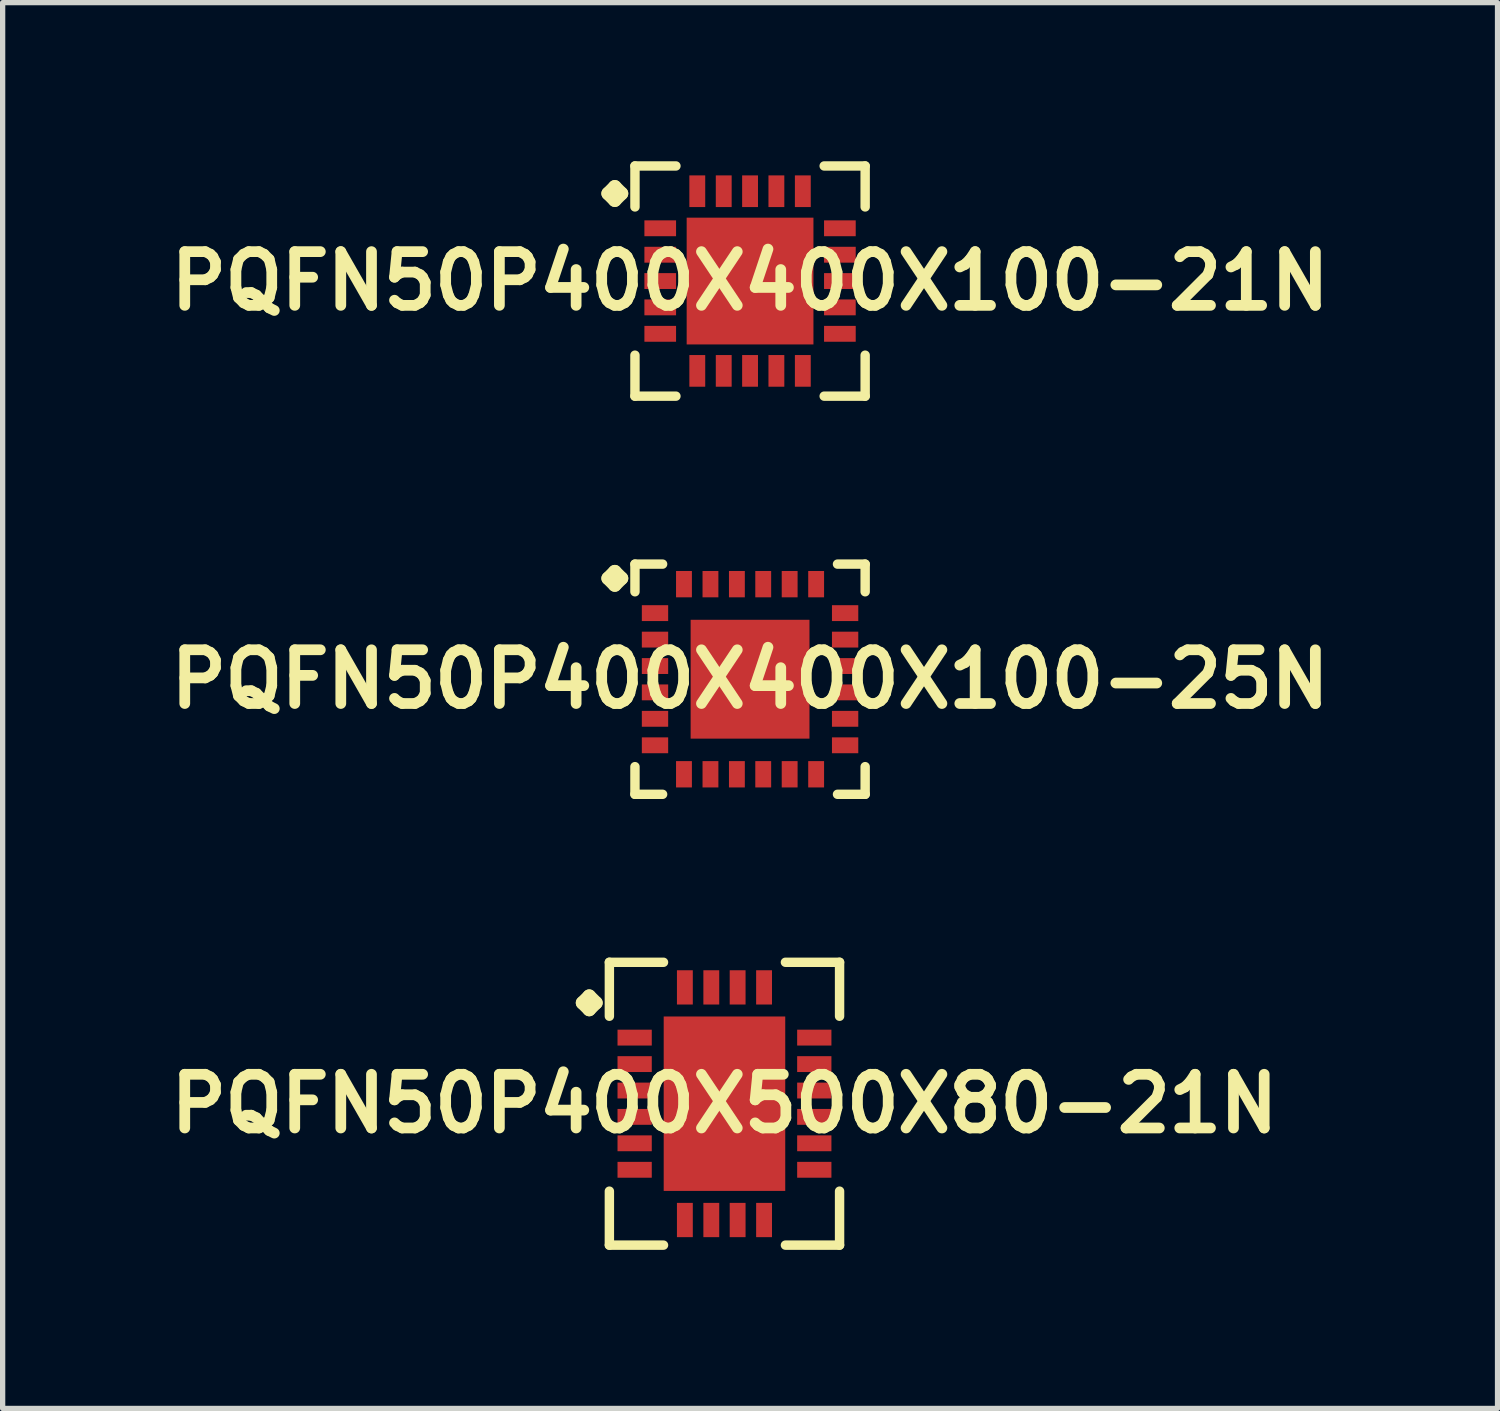
<source format=kicad_pcb>
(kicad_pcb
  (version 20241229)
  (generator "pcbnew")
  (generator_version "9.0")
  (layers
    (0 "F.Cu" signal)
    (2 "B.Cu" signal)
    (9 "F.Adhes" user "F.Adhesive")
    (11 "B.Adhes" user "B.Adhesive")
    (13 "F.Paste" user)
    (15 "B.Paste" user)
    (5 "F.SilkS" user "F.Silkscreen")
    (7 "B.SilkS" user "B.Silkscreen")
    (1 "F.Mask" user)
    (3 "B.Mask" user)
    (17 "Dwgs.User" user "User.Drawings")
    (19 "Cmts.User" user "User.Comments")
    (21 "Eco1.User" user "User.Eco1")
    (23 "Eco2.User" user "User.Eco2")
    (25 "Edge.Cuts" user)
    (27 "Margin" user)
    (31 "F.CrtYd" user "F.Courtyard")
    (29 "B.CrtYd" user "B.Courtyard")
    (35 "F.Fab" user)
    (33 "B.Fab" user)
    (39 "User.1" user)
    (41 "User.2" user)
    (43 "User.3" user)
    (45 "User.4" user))
  (footprint "PQFN50P400X400X100-21N"
    (layer "F.Cu")
    (at 11.137 2.266)
    (property "Reference" "PQFN50P400X400X100-21N" (at 0 0 0) (layer "F.SilkS") (effects (font (size 1.016 1.016) (thickness 0.203))))
    (attr smd)
    (fp_line (start -2.685 -1.656) (end -2.558 -1.783) (stroke (width 0.254) (type solid)) (layer "F.SilkS"))
    (fp_line (start -2.558 -1.783) (end -2.431 -1.656) (stroke (width 0.254) (type solid)) (layer "F.SilkS"))
    (fp_line (start -2.558 -1.529) (end -2.685 -1.656) (stroke (width 0.254) (type solid)) (layer "F.SilkS"))
    (fp_line (start -2.431 -1.656) (end -2.558 -1.529) (stroke (width 0.254) (type solid)) (layer "F.SilkS"))
    (fp_line (start -2.177 -2.177) (end -1.402 -2.177) (stroke (width 0.178) (type solid)) (layer "F.SilkS"))
    (fp_line (start -2.177 -1.402) (end -2.177 -2.177) (stroke (width 0.178) (type solid)) (layer "F.SilkS"))
    (fp_line (start -2.177 1.402) (end -2.177 2.177) (stroke (width 0.178) (type solid)) (layer "F.SilkS"))
    (fp_line (start -2.177 2.177) (end -1.402 2.177) (stroke (width 0.178) (type solid)) (layer "F.SilkS"))
    (fp_line (start 1.402 -2.177) (end 2.177 -2.177) (stroke (width 0.178) (type solid)) (layer "F.SilkS"))
    (fp_line (start 1.402 2.177) (end 2.177 2.177) (stroke (width 0.178) (type solid)) (layer "F.SilkS"))
    (fp_line (start 2.177 -2.177) (end 2.177 -1.402) (stroke (width 0.178) (type solid)) (layer "F.SilkS"))
    (fp_line (start 2.177 2.177) (end 2.177 1.402) (stroke (width 0.178) (type solid)) (layer "F.SilkS"))
    (pad "1" smd rect (at -1.699 -0.998) (size 0.599 0.3) (layers "F.Cu" "F.Mask" "F.Paste"))
    (pad "2" smd rect (at -1.699 -0.498) (size 0.599 0.3) (layers "F.Cu" "F.Mask" "F.Paste"))
    (pad "3" smd rect (at -1.699 0) (size 0.599 0.3) (layers "F.Cu" "F.Mask" "F.Paste"))
    (pad "4" smd rect (at -1.699 0.498) (size 0.599 0.3) (layers "F.Cu" "F.Mask" "F.Paste"))
    (pad "5" smd rect (at -1.699 0.998) (size 0.599 0.3) (layers "F.Cu" "F.Mask" "F.Paste"))
    (pad "6" smd rect (at -0.998 1.699) (size 0.3 0.599) (layers "F.Cu" "F.Mask" "F.Paste"))
    (pad "7" smd rect (at -0.498 1.699) (size 0.3 0.599) (layers "F.Cu" "F.Mask" "F.Paste"))
    (pad "8" smd rect (at 0 1.699) (size 0.3 0.599) (layers "F.Cu" "F.Mask" "F.Paste"))
    (pad "9" smd rect (at 0.498 1.699) (size 0.3 0.599) (layers "F.Cu" "F.Mask" "F.Paste"))
    (pad "10" smd rect (at 0.998 1.699) (size 0.3 0.599) (layers "F.Cu" "F.Mask" "F.Paste"))
    (pad "11" smd rect (at 1.699 0.998) (size 0.599 0.3) (layers "F.Cu" "F.Mask" "F.Paste"))
    (pad "12" smd rect (at 1.699 0.498) (size 0.599 0.3) (layers "F.Cu" "F.Mask" "F.Paste"))
    (pad "13" smd rect (at 1.699 0) (size 0.599 0.3) (layers "F.Cu" "F.Mask" "F.Paste"))
    (pad "14" smd rect (at 1.699 -0.498) (size 0.599 0.3) (layers "F.Cu" "F.Mask" "F.Paste"))
    (pad "15" smd rect (at 1.699 -0.998) (size 0.599 0.3) (layers "F.Cu" "F.Mask" "F.Paste"))
    (pad "16" smd rect (at 0.998 -1.699) (size 0.3 0.599) (layers "F.Cu" "F.Mask" "F.Paste"))
    (pad "17" smd rect (at 0.498 -1.699) (size 0.3 0.599) (layers "F.Cu" "F.Mask" "F.Paste"))
    (pad "18" smd rect (at 0 -1.699) (size 0.3 0.599) (layers "F.Cu" "F.Mask" "F.Paste"))
    (pad "19" smd rect (at -0.498 -1.699) (size 0.3 0.599) (layers "F.Cu" "F.Mask" "F.Paste"))
    (pad "20" smd rect (at -0.998 -1.699) (size 0.3 0.599) (layers "F.Cu" "F.Mask" "F.Paste"))
    (pad "21" smd rect (at 0 0) (size 2.398 2.398) (layers "F.Cu" "F.Mask" "F.Paste")))
  (footprint "PQFN50P400X400X100-25N"
    (layer "F.Cu")
    (at 11.137 9.797)
    (property "Reference" "PQFN50P400X400X100-25N" (at 0 0 0) (layer "F.SilkS") (effects (font (size 1.016 1.016) (thickness 0.203))))
    (attr smd)
    (fp_line (start -2.685 -1.908) (end -2.558 -2.035) (stroke (width 0.254) (type solid)) (layer "F.SilkS"))
    (fp_line (start -2.558 -2.035) (end -2.431 -1.908) (stroke (width 0.254) (type solid)) (layer "F.SilkS"))
    (fp_line (start -2.558 -1.781) (end -2.685 -1.908) (stroke (width 0.254) (type solid)) (layer "F.SilkS"))
    (fp_line (start -2.431 -1.908) (end -2.558 -1.781) (stroke (width 0.254) (type solid)) (layer "F.SilkS"))
    (fp_line (start -2.177 -2.177) (end -1.654 -2.177) (stroke (width 0.178) (type solid)) (layer "F.SilkS"))
    (fp_line (start -2.177 -1.654) (end -2.177 -2.177) (stroke (width 0.178) (type solid)) (layer "F.SilkS"))
    (fp_line (start -2.177 1.654) (end -2.177 2.177) (stroke (width 0.178) (type solid)) (layer "F.SilkS"))
    (fp_line (start -2.177 2.177) (end -1.654 2.177) (stroke (width 0.178) (type solid)) (layer "F.SilkS"))
    (fp_line (start 1.654 -2.177) (end 2.177 -2.177) (stroke (width 0.178) (type solid)) (layer "F.SilkS"))
    (fp_line (start 1.654 2.177) (end 2.177 2.177) (stroke (width 0.178) (type solid)) (layer "F.SilkS"))
    (fp_line (start 2.177 -2.177) (end 2.177 -1.654) (stroke (width 0.178) (type solid)) (layer "F.SilkS"))
    (fp_line (start 2.177 2.177) (end 2.177 1.654) (stroke (width 0.178) (type solid)) (layer "F.SilkS"))
    (pad "1" smd rect (at -1.798 -1.25) (size 0.498 0.3) (layers "F.Cu" "F.Mask" "F.Paste"))
    (pad "2" smd rect (at -1.798 -0.749) (size 0.498 0.3) (layers "F.Cu" "F.Mask" "F.Paste"))
    (pad "3" smd rect (at -1.798 -0.249) (size 0.498 0.3) (layers "F.Cu" "F.Mask" "F.Paste"))
    (pad "4" smd rect (at -1.798 0.249) (size 0.498 0.3) (layers "F.Cu" "F.Mask" "F.Paste"))
    (pad "5" smd rect (at -1.798 0.749) (size 0.498 0.3) (layers "F.Cu" "F.Mask" "F.Paste"))
    (pad "6" smd rect (at -1.798 1.25) (size 0.498 0.3) (layers "F.Cu" "F.Mask" "F.Paste"))
    (pad "7" smd rect (at -1.25 1.798) (size 0.3 0.498) (layers "F.Cu" "F.Mask" "F.Paste"))
    (pad "8" smd rect (at -0.749 1.798) (size 0.3 0.498) (layers "F.Cu" "F.Mask" "F.Paste"))
    (pad "9" smd rect (at -0.249 1.798) (size 0.3 0.498) (layers "F.Cu" "F.Mask" "F.Paste"))
    (pad "10" smd rect (at 0.249 1.798) (size 0.3 0.498) (layers "F.Cu" "F.Mask" "F.Paste"))
    (pad "11" smd rect (at 0.749 1.798) (size 0.3 0.498) (layers "F.Cu" "F.Mask" "F.Paste"))
    (pad "12" smd rect (at 1.25 1.798) (size 0.3 0.498) (layers "F.Cu" "F.Mask" "F.Paste"))
    (pad "13" smd rect (at 1.798 1.25) (size 0.498 0.3) (layers "F.Cu" "F.Mask" "F.Paste"))
    (pad "14" smd rect (at 1.798 0.749) (size 0.498 0.3) (layers "F.Cu" "F.Mask" "F.Paste"))
    (pad "15" smd rect (at 1.798 0.249) (size 0.498 0.3) (layers "F.Cu" "F.Mask" "F.Paste"))
    (pad "16" smd rect (at 1.798 -0.249) (size 0.498 0.3) (layers "F.Cu" "F.Mask" "F.Paste"))
    (pad "17" smd rect (at 1.798 -0.749) (size 0.498 0.3) (layers "F.Cu" "F.Mask" "F.Paste"))
    (pad "18" smd rect (at 1.798 -1.25) (size 0.498 0.3) (layers "F.Cu" "F.Mask" "F.Paste"))
    (pad "19" smd rect (at 1.25 -1.798) (size 0.3 0.498) (layers "F.Cu" "F.Mask" "F.Paste"))
    (pad "20" smd rect (at 0.749 -1.798) (size 0.3 0.498) (layers "F.Cu" "F.Mask" "F.Paste"))
    (pad "21" smd rect (at 0.249 -1.798) (size 0.3 0.498) (layers "F.Cu" "F.Mask" "F.Paste"))
    (pad "22" smd rect (at -0.249 -1.798) (size 0.3 0.498) (layers "F.Cu" "F.Mask" "F.Paste"))
    (pad "23" smd rect (at -0.749 -1.798) (size 0.3 0.498) (layers "F.Cu" "F.Mask" "F.Paste"))
    (pad "24" smd rect (at -1.25 -1.798) (size 0.3 0.498) (layers "F.Cu" "F.Mask" "F.Paste"))
    (pad "25" smd rect (at 0 0) (size 2.248 2.248) (layers "F.Cu" "F.Mask" "F.Paste")))
  (footprint "PQFN50P400X500X80-21N"
    (layer "F.Cu")
    (at 10.653 17.826)
    (property "Reference" "PQFN50P400X500X80-21N" (at 0 0 0) (layer "F.SilkS") (effects (font (size 1.016 1.016) (thickness 0.203))))
    (attr smd)
    (fp_line (start -2.685 -1.908) (end -2.558 -2.035) (stroke (width 0.254) (type solid)) (layer "F.SilkS"))
    (fp_line (start -2.558 -2.035) (end -2.431 -1.908) (stroke (width 0.254) (type solid)) (layer "F.SilkS"))
    (fp_line (start -2.558 -1.781) (end -2.685 -1.908) (stroke (width 0.254) (type solid)) (layer "F.SilkS"))
    (fp_line (start -2.431 -1.908) (end -2.558 -1.781) (stroke (width 0.254) (type solid)) (layer "F.SilkS"))
    (fp_line (start -2.177 -2.675) (end -1.153 -2.675) (stroke (width 0.178) (type solid)) (layer "F.SilkS"))
    (fp_line (start -2.177 -1.654) (end -2.177 -2.675) (stroke (width 0.178) (type solid)) (layer "F.SilkS"))
    (fp_line (start -2.177 1.654) (end -2.177 2.675) (stroke (width 0.178) (type solid)) (layer "F.SilkS"))
    (fp_line (start -2.177 2.675) (end -1.153 2.675) (stroke (width 0.178) (type solid)) (layer "F.SilkS"))
    (fp_line (start 1.153 -2.675) (end 2.177 -2.675) (stroke (width 0.178) (type solid)) (layer "F.SilkS"))
    (fp_line (start 1.153 2.675) (end 2.177 2.675) (stroke (width 0.178) (type solid)) (layer "F.SilkS"))
    (fp_line (start 2.177 -2.675) (end 2.177 -1.654) (stroke (width 0.178) (type solid)) (layer "F.SilkS"))
    (fp_line (start 2.177 2.675) (end 2.177 1.654) (stroke (width 0.178) (type solid)) (layer "F.SilkS"))
    (pad "1" smd rect (at -1.699 -1.25) (size 0.648 0.3) (layers "F.Cu" "F.Mask" "F.Paste"))
    (pad "2" smd rect (at -1.699 -0.749) (size 0.648 0.3) (layers "F.Cu" "F.Mask" "F.Paste"))
    (pad "3" smd rect (at -1.699 -0.249) (size 0.648 0.3) (layers "F.Cu" "F.Mask" "F.Paste"))
    (pad "4" smd rect (at -1.699 0.249) (size 0.648 0.3) (layers "F.Cu" "F.Mask" "F.Paste"))
    (pad "5" smd rect (at -1.699 0.749) (size 0.648 0.3) (layers "F.Cu" "F.Mask" "F.Paste"))
    (pad "6" smd rect (at -1.699 1.25) (size 0.648 0.3) (layers "F.Cu" "F.Mask" "F.Paste"))
    (pad "7" smd rect (at -0.749 2.2) (size 0.3 0.648) (layers "F.Cu" "F.Mask" "F.Paste"))
    (pad "8" smd rect (at -0.249 2.2) (size 0.3 0.648) (layers "F.Cu" "F.Mask" "F.Paste"))
    (pad "9" smd rect (at 0.249 2.2) (size 0.3 0.648) (layers "F.Cu" "F.Mask" "F.Paste"))
    (pad "10" smd rect (at 0.749 2.2) (size 0.3 0.648) (layers "F.Cu" "F.Mask" "F.Paste"))
    (pad "11" smd rect (at 1.699 1.25) (size 0.648 0.3) (layers "F.Cu" "F.Mask" "F.Paste"))
    (pad "12" smd rect (at 1.699 0.749) (size 0.648 0.3) (layers "F.Cu" "F.Mask" "F.Paste"))
    (pad "13" smd rect (at 1.699 0.249) (size 0.648 0.3) (layers "F.Cu" "F.Mask" "F.Paste"))
    (pad "14" smd rect (at 1.699 -0.249) (size 0.648 0.3) (layers "F.Cu" "F.Mask" "F.Paste"))
    (pad "15" smd rect (at 1.699 -0.749) (size 0.648 0.3) (layers "F.Cu" "F.Mask" "F.Paste"))
    (pad "16" smd rect (at 1.699 -1.25) (size 0.648 0.3) (layers "F.Cu" "F.Mask" "F.Paste"))
    (pad "17" smd rect (at 0.749 -2.2) (size 0.3 0.648) (layers "F.Cu" "F.Mask" "F.Paste"))
    (pad "18" smd rect (at 0.249 -2.2) (size 0.3 0.648) (layers "F.Cu" "F.Mask" "F.Paste"))
    (pad "19" smd rect (at -0.249 -2.2) (size 0.3 0.648) (layers "F.Cu" "F.Mask" "F.Paste"))
    (pad "20" smd rect (at -0.749 -2.2) (size 0.3 0.648) (layers "F.Cu" "F.Mask" "F.Paste"))
    (pad "21" smd rect (at 0 0) (size 2.299 3.299) (layers "F.Cu" "F.Mask" "F.Paste")))
  (gr_rect
    (start -3 -3)
    (end 25.275 23.59)
    (stroke (width 0.1) (type default))
    (fill no)
    (layer "Edge.Cuts")))
</source>
